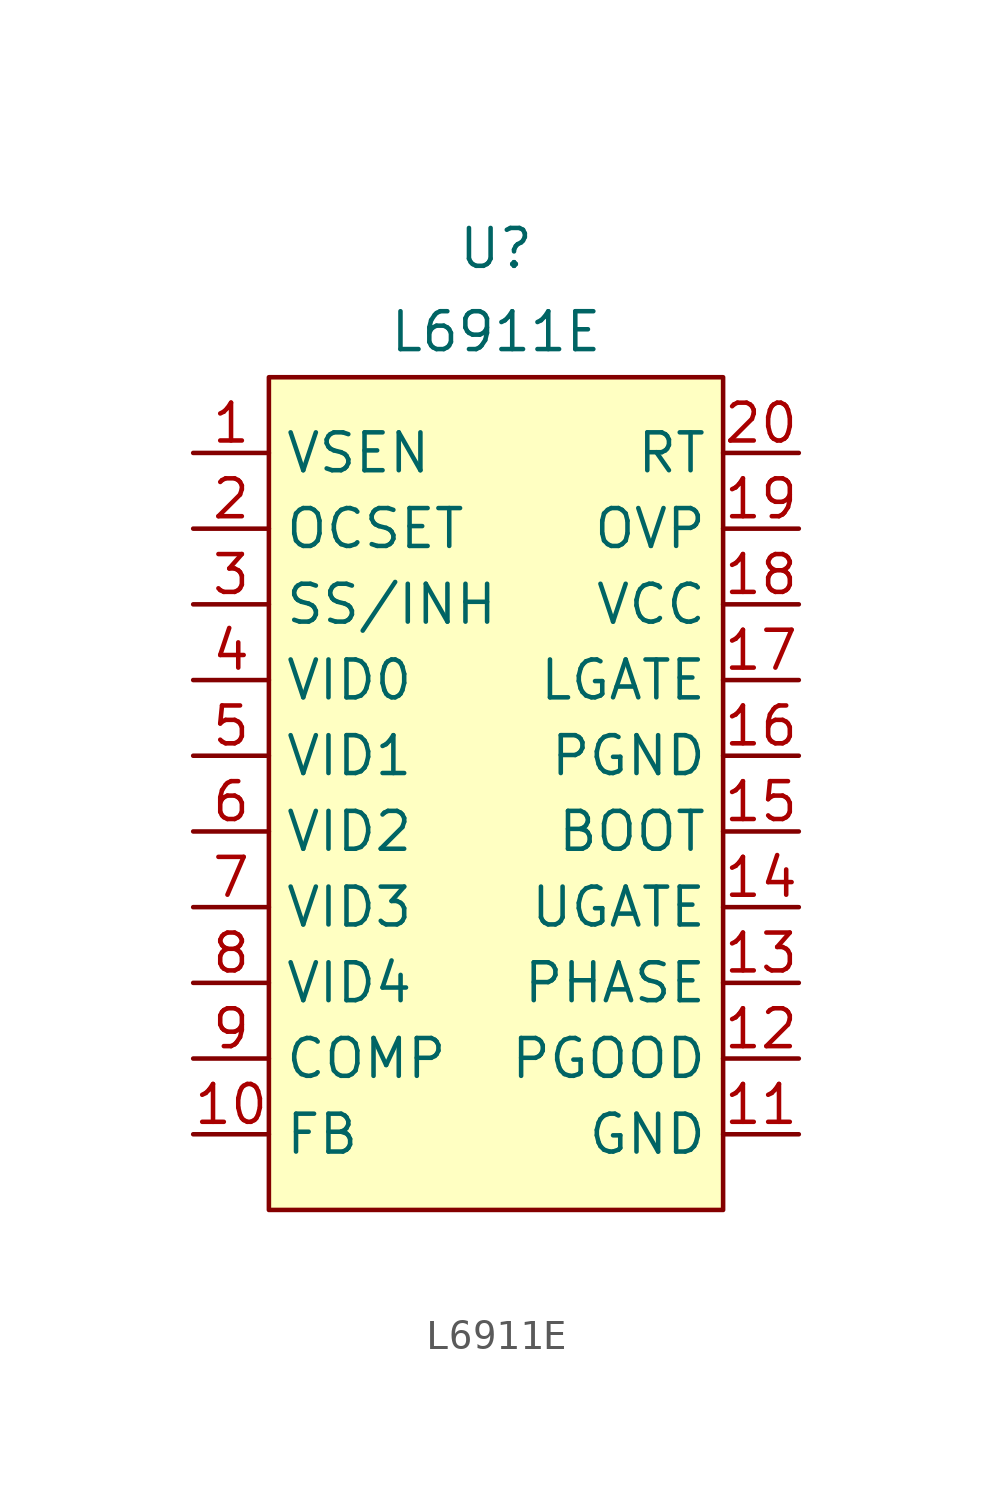
<source format=kicad_sym>
(kicad_symbol_lib
  (version 20231120)
  (generator "kicad_symbol_editor")
  (generator_version "8.0")
  (symbol "L6911E"
    (property "Reference" "U"
      (at 0 18.288 0)
      (effects (font (size 1.27 1.27))))
    (property "Value" "L6911E"
      (at 0 15.494 0)
      (effects (font (size 1.27 1.27))))
    (symbol "L6911E_1_1"
      (rectangle (start -7.62 13.97) (end 7.62 -13.97) (stroke (width 0) (type default)) (fill (type background)))
      (pin input line (at -10.16 11.43 0) (length 2.54) (name "VSEN" (effects (font (size 1.27 1.27)))) (number "1" (effects (font (size 1.27 1.27)))))
      (pin input line (at -10.16 -11.43 0) (length 2.54) (name "FB" (effects (font (size 1.27 1.27)))) (number "10" (effects (font (size 1.27 1.27)))))
      (pin power_in line (at 10.16 -11.43 180) (length 2.54) (name "GND" (effects (font (size 1.27 1.27)))) (number "11" (effects (font (size 1.27 1.27)))))
      (pin open_collector line (at 10.16 -8.89 180) (length 2.54) (name "PGOOD" (effects (font (size 1.27 1.27)))) (number "12" (effects (font (size 1.27 1.27)))))
      (pin input line (at 10.16 -6.35 180) (length 2.54) (name "PHASE" (effects (font (size 1.27 1.27)))) (number "13" (effects (font (size 1.27 1.27)))))
      (pin output line (at 10.16 -3.81 180) (length 2.54) (name "UGATE" (effects (font (size 1.27 1.27)))) (number "14" (effects (font (size 1.27 1.27)))))
      (pin input line (at 10.16 -1.27 180) (length 2.54) (name "BOOT" (effects (font (size 1.27 1.27)))) (number "15" (effects (font (size 1.27 1.27)))))
      (pin input line (at 10.16 1.27 180) (length 2.54) (name "PGND" (effects (font (size 1.27 1.27)))) (number "16" (effects (font (size 1.27 1.27)))))
      (pin output line (at 10.16 3.81 180) (length 2.54) (name "LGATE" (effects (font (size 1.27 1.27)))) (number "17" (effects (font (size 1.27 1.27)))))
      (pin power_in line (at 10.16 6.35 180) (length 2.54) (name "VCC" (effects (font (size 1.27 1.27)))) (number "18" (effects (font (size 1.27 1.27)))))
      (pin output line (at 10.16 8.89 180) (length 2.54) (name "OVP" (effects (font (size 1.27 1.27)))) (number "19" (effects (font (size 1.27 1.27)))))
      (pin input line (at -10.16 8.89 0) (length 2.54) (name "OCSET" (effects (font (size 1.27 1.27)))) (number "2" (effects (font (size 1.27 1.27)))))
      (pin input line (at 10.16 11.43 180) (length 2.54) (name "RT" (effects (font (size 1.27 1.27)))) (number "20" (effects (font (size 1.27 1.27)))))
      (pin input line (at -10.16 6.35 0) (length 2.54) (name "SS/INH" (effects (font (size 1.27 1.27)))) (number "3" (effects (font (size 1.27 1.27)))))
      (pin input line (at -10.16 3.81 0) (length 2.54) (name "VID0" (effects (font (size 1.27 1.27)))) (number "4" (effects (font (size 1.27 1.27)))))
      (pin input line (at -10.16 1.27 0) (length 2.54) (name "VID1" (effects (font (size 1.27 1.27)))) (number "5" (effects (font (size 1.27 1.27)))))
      (pin input line (at -10.16 -1.27 0) (length 2.54) (name "VID2" (effects (font (size 1.27 1.27)))) (number "6" (effects (font (size 1.27 1.27)))))
      (pin input line (at -10.16 -3.81 0) (length 2.54) (name "VID3" (effects (font (size 1.27 1.27)))) (number "7" (effects (font (size 1.27 1.27)))))
      (pin input line (at -10.16 -6.35 0) (length 2.54) (name "VID4" (effects (font (size 1.27 1.27)))) (number "8" (effects (font (size 1.27 1.27)))))
      (pin input line (at -10.16 -8.89 0) (length 2.54) (name "COMP" (effects (font (size 1.27 1.27)))) (number "9" (effects (font (size 1.27 1.27))))))))
</source>
